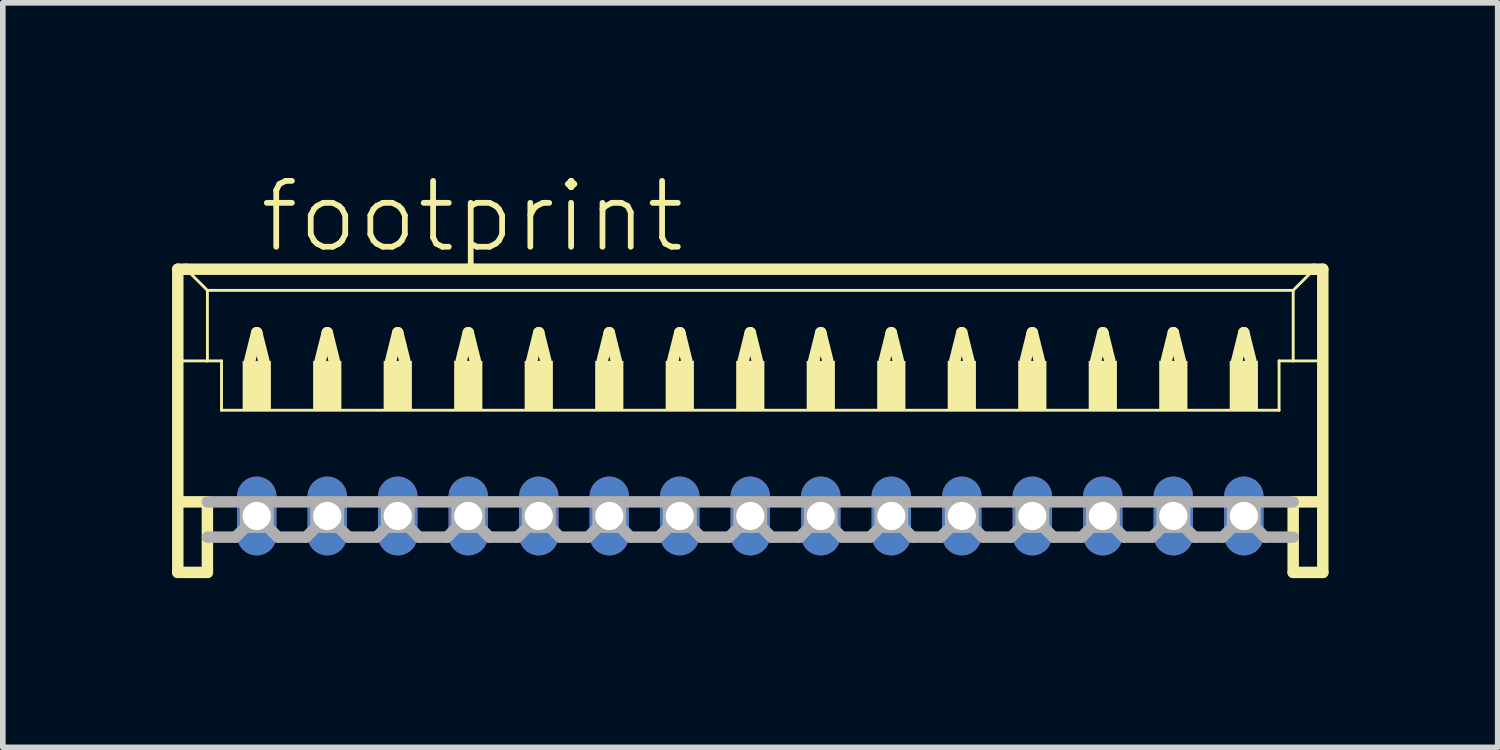
<source format=kicad_pcb>
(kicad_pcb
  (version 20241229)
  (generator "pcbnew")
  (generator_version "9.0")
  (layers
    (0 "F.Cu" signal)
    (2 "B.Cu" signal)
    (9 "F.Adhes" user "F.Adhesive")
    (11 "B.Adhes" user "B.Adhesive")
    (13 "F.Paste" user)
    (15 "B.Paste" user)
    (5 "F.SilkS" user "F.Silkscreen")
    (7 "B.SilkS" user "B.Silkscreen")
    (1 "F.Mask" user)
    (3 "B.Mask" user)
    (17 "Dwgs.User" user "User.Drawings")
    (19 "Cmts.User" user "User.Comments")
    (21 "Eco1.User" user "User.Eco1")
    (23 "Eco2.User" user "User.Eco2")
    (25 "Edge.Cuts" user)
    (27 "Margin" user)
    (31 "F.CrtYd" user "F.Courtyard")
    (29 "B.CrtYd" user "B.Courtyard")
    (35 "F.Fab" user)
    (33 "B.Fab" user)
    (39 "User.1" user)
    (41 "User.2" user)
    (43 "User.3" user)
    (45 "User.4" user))
  (footprint "footprint"
    (layer "F.Cu")
    (at 10.252 4.848)
    (property "Reference" "footprint" (at -8.75 -3.375 0) (layer "F.SilkS") (effects (font (size 1.168 1.168) (thickness 0.102)) (justify left bottom)))
    (fp_line (start -10.15 -3.125) (end -10.15 2.25) (stroke (width 0.203) (type solid)) (layer "F.SilkS"))
    (fp_line (start -10.15 2.25) (end -9.625 2.25) (stroke (width 0.203) (type solid)) (layer "F.SilkS"))
    (fp_line (start -10.125 -1.5) (end -9.625 -1.5) (stroke (width 0.051) (type solid)) (layer "F.SilkS"))
    (fp_line (start -10.125 1) (end -9.625 1) (stroke (width 0.203) (type solid)) (layer "F.SilkS"))
    (fp_line (start -10 -3.125) (end -10.15 -3.125) (stroke (width 0.203) (type solid)) (layer "F.SilkS"))
    (fp_line (start -9.625 -2.75) (end -10 -3.125) (stroke (width 0.051) (type solid)) (layer "F.SilkS"))
    (fp_line (start -9.625 -2.75) (end 9.625 -2.75) (stroke (width 0.051) (type solid)) (layer "F.SilkS"))
    (fp_line (start -9.625 -1.5) (end -9.625 -2.75) (stroke (width 0.051) (type solid)) (layer "F.SilkS"))
    (fp_line (start -9.625 -1.5) (end -9.375 -1.5) (stroke (width 0.051) (type solid)) (layer "F.SilkS"))
    (fp_line (start -9.625 1) (end -9.625 2.25) (stroke (width 0.203) (type solid)) (layer "F.SilkS"))
    (fp_line (start -9.375 -1.5) (end -9.375 -0.625) (stroke (width 0.051) (type solid)) (layer "F.SilkS"))
    (fp_line (start -9.375 -0.625) (end 9.375 -0.625) (stroke (width 0.051) (type solid)) (layer "F.SilkS"))
    (fp_line (start -8.875 -1.5) (end -8.75 -2) (stroke (width 0.203) (type solid)) (layer "F.SilkS"))
    (fp_line (start -8.75 -2) (end -8.625 -1.5) (stroke (width 0.203) (type solid)) (layer "F.SilkS"))
    (fp_line (start -7.625 -1.5) (end -7.5 -2) (stroke (width 0.203) (type solid)) (layer "F.SilkS"))
    (fp_line (start -7.5 -2) (end -7.375 -1.5) (stroke (width 0.203) (type solid)) (layer "F.SilkS"))
    (fp_line (start -6.375 -1.5) (end -6.25 -2) (stroke (width 0.203) (type solid)) (layer "F.SilkS"))
    (fp_line (start -6.25 -2) (end -6.125 -1.5) (stroke (width 0.203) (type solid)) (layer "F.SilkS"))
    (fp_line (start -5.125 -1.5) (end -5 -2) (stroke (width 0.203) (type solid)) (layer "F.SilkS"))
    (fp_line (start -5 -2) (end -4.875 -1.5) (stroke (width 0.203) (type solid)) (layer "F.SilkS"))
    (fp_line (start -3.875 -1.5) (end -3.75 -2) (stroke (width 0.203) (type solid)) (layer "F.SilkS"))
    (fp_line (start -3.75 -2) (end -3.625 -1.5) (stroke (width 0.203) (type solid)) (layer "F.SilkS"))
    (fp_line (start -2.625 -1.5) (end -2.5 -2) (stroke (width 0.203) (type solid)) (layer "F.SilkS"))
    (fp_line (start -2.5 -2) (end -2.375 -1.5) (stroke (width 0.203) (type solid)) (layer "F.SilkS"))
    (fp_line (start -1.375 -1.5) (end -1.25 -2) (stroke (width 0.203) (type solid)) (layer "F.SilkS"))
    (fp_line (start -1.25 -2) (end -1.125 -1.5) (stroke (width 0.203) (type solid)) (layer "F.SilkS"))
    (fp_line (start -0.125 -1.5) (end 0 -2) (stroke (width 0.203) (type solid)) (layer "F.SilkS"))
    (fp_line (start 0 -2) (end 0.125 -1.5) (stroke (width 0.203) (type solid)) (layer "F.SilkS"))
    (fp_line (start 1.125 -1.5) (end 1.25 -2) (stroke (width 0.203) (type solid)) (layer "F.SilkS"))
    (fp_line (start 1.25 -2) (end 1.375 -1.5) (stroke (width 0.203) (type solid)) (layer "F.SilkS"))
    (fp_line (start 2.375 -1.5) (end 2.5 -2) (stroke (width 0.203) (type solid)) (layer "F.SilkS"))
    (fp_line (start 2.5 -2) (end 2.625 -1.5) (stroke (width 0.203) (type solid)) (layer "F.SilkS"))
    (fp_line (start 3.625 -1.5) (end 3.75 -2) (stroke (width 0.203) (type solid)) (layer "F.SilkS"))
    (fp_line (start 3.75 -2) (end 3.875 -1.5) (stroke (width 0.203) (type solid)) (layer "F.SilkS"))
    (fp_line (start 4.875 -1.5) (end 5 -2) (stroke (width 0.203) (type solid)) (layer "F.SilkS"))
    (fp_line (start 5 -2) (end 5.125 -1.5) (stroke (width 0.203) (type solid)) (layer "F.SilkS"))
    (fp_line (start 6.125 -1.5) (end 6.25 -2) (stroke (width 0.203) (type solid)) (layer "F.SilkS"))
    (fp_line (start 6.25 -2) (end 6.375 -1.5) (stroke (width 0.203) (type solid)) (layer "F.SilkS"))
    (fp_line (start 7.375 -1.5) (end 7.5 -2) (stroke (width 0.203) (type solid)) (layer "F.SilkS"))
    (fp_line (start 7.5 -2) (end 7.625 -1.5) (stroke (width 0.203) (type solid)) (layer "F.SilkS"))
    (fp_line (start 8.625 -1.5) (end 8.75 -2) (stroke (width 0.203) (type solid)) (layer "F.SilkS"))
    (fp_line (start 8.75 -2) (end 8.875 -1.5) (stroke (width 0.203) (type solid)) (layer "F.SilkS"))
    (fp_line (start 9.375 -1.5) (end 9.375 -0.625) (stroke (width 0.051) (type solid)) (layer "F.SilkS"))
    (fp_line (start 9.375 -1.5) (end 9.625 -1.5) (stroke (width 0.051) (type solid)) (layer "F.SilkS"))
    (fp_line (start 9.625 -2.75) (end 9.625 -1.5) (stroke (width 0.051) (type solid)) (layer "F.SilkS"))
    (fp_line (start 9.625 -2.75) (end 10 -3.125) (stroke (width 0.051) (type solid)) (layer "F.SilkS"))
    (fp_line (start 9.625 -1.5) (end 10.125 -1.5) (stroke (width 0.051) (type solid)) (layer "F.SilkS"))
    (fp_line (start 9.625 1) (end 9.625 2.25) (stroke (width 0.203) (type solid)) (layer "F.SilkS"))
    (fp_line (start 9.625 1) (end 10.125 1) (stroke (width 0.203) (type solid)) (layer "F.SilkS"))
    (fp_line (start 9.625 2.25) (end 10.15 2.25) (stroke (width 0.203) (type solid)) (layer "F.SilkS"))
    (fp_line (start 10 -3.125) (end -10 -3.125) (stroke (width 0.203) (type solid)) (layer "F.SilkS"))
    (fp_line (start 10.15 -3.125) (end 10 -3.125) (stroke (width 0.203) (type solid)) (layer "F.SilkS"))
    (fp_line (start 10.15 2.25) (end 10.15 -3.125) (stroke (width 0.203) (type solid)) (layer "F.SilkS"))
    (fp_poly (pts (xy -9 -0.625) (xy -8.5 -0.625) (xy -8.5 -1.5) (xy -9 -1.5)) (stroke (width 0) (type solid)) (fill yes) (layer "F.SilkS"))
    (fp_poly (pts (xy -7.75 -0.625) (xy -7.25 -0.625) (xy -7.25 -1.5) (xy -7.75 -1.5)) (stroke (width 0) (type solid)) (fill yes) (layer "F.SilkS"))
    (fp_poly (pts (xy -6.5 -0.625) (xy -6 -0.625) (xy -6 -1.5) (xy -6.5 -1.5)) (stroke (width 0) (type solid)) (fill yes) (layer "F.SilkS"))
    (fp_poly (pts (xy -5.25 -0.625) (xy -4.75 -0.625) (xy -4.75 -1.5) (xy -5.25 -1.5)) (stroke (width 0) (type solid)) (fill yes) (layer "F.SilkS"))
    (fp_poly (pts (xy -4 -0.625) (xy -3.5 -0.625) (xy -3.5 -1.5) (xy -4 -1.5)) (stroke (width 0) (type solid)) (fill yes) (layer "F.SilkS"))
    (fp_poly (pts (xy -2.75 -0.625) (xy -2.25 -0.625) (xy -2.25 -1.5) (xy -2.75 -1.5)) (stroke (width 0) (type solid)) (fill yes) (layer "F.SilkS"))
    (fp_poly (pts (xy -1.5 -0.625) (xy -1 -0.625) (xy -1 -1.5) (xy -1.5 -1.5)) (stroke (width 0) (type solid)) (fill yes) (layer "F.SilkS"))
    (fp_poly (pts (xy -0.25 -0.625) (xy 0.25 -0.625) (xy 0.25 -1.5) (xy -0.25 -1.5)) (stroke (width 0) (type solid)) (fill yes) (layer "F.SilkS"))
    (fp_poly (pts (xy 1 -0.625) (xy 1.5 -0.625) (xy 1.5 -1.5) (xy 1 -1.5)) (stroke (width 0) (type solid)) (fill yes) (layer "F.SilkS"))
    (fp_poly (pts (xy 2.25 -0.625) (xy 2.75 -0.625) (xy 2.75 -1.5) (xy 2.25 -1.5)) (stroke (width 0) (type solid)) (fill yes) (layer "F.SilkS"))
    (fp_poly (pts (xy 3.5 -0.625) (xy 4 -0.625) (xy 4 -1.5) (xy 3.5 -1.5)) (stroke (width 0) (type solid)) (fill yes) (layer "F.SilkS"))
    (fp_poly (pts (xy 4.75 -0.625) (xy 5.25 -0.625) (xy 5.25 -1.5) (xy 4.75 -1.5)) (stroke (width 0) (type solid)) (fill yes) (layer "F.SilkS"))
    (fp_poly (pts (xy 6 -0.625) (xy 6.5 -0.625) (xy 6.5 -1.5) (xy 6 -1.5)) (stroke (width 0) (type solid)) (fill yes) (layer "F.SilkS"))
    (fp_poly (pts (xy 7.25 -0.625) (xy 7.75 -0.625) (xy 7.75 -1.5) (xy 7.25 -1.5)) (stroke (width 0) (type solid)) (fill yes) (layer "F.SilkS"))
    (fp_poly (pts (xy 8.5 -0.625) (xy 9 -0.625) (xy 9 -1.5) (xy 8.5 -1.5)) (stroke (width 0) (type solid)) (fill yes) (layer "F.SilkS"))
    (fp_line (start -9.625 1) (end 9.625 1) (stroke (width 0.203) (type solid)) (layer "F.Fab"))
    (fp_line (start -9.125 1.625) (end -9.625 1.625) (stroke (width 0.203) (type solid)) (layer "F.Fab"))
    (fp_line (start -9 1.5) (end -9.125 1.625) (stroke (width 0.203) (type solid)) (layer "F.Fab"))
    (fp_line (start -8.5 1.5) (end -8.375 1.625) (stroke (width 0.203) (type solid)) (layer "F.Fab"))
    (fp_line (start -7.875 1.625) (end -8.375 1.625) (stroke (width 0.203) (type solid)) (layer "F.Fab"))
    (fp_line (start -7.75 1.5) (end -7.875 1.625) (stroke (width 0.203) (type solid)) (layer "F.Fab"))
    (fp_line (start -7.25 1.5) (end -7.125 1.625) (stroke (width 0.203) (type solid)) (layer "F.Fab"))
    (fp_line (start -6.625 1.625) (end -7.125 1.625) (stroke (width 0.203) (type solid)) (layer "F.Fab"))
    (fp_line (start -6.5 1.5) (end -6.625 1.625) (stroke (width 0.203) (type solid)) (layer "F.Fab"))
    (fp_line (start -6 1.5) (end -5.875 1.625) (stroke (width 0.203) (type solid)) (layer "F.Fab"))
    (fp_line (start -5.375 1.625) (end -5.875 1.625) (stroke (width 0.203) (type solid)) (layer "F.Fab"))
    (fp_line (start -5.25 1.5) (end -5.375 1.625) (stroke (width 0.203) (type solid)) (layer "F.Fab"))
    (fp_line (start -4.75 1.5) (end -4.625 1.625) (stroke (width 0.203) (type solid)) (layer "F.Fab"))
    (fp_line (start -4.125 1.625) (end -4.625 1.625) (stroke (width 0.203) (type solid)) (layer "F.Fab"))
    (fp_line (start -4 1.5) (end -4.125 1.625) (stroke (width 0.203) (type solid)) (layer "F.Fab"))
    (fp_line (start -3.5 1.5) (end -3.375 1.625) (stroke (width 0.203) (type solid)) (layer "F.Fab"))
    (fp_line (start -2.875 1.625) (end -3.375 1.625) (stroke (width 0.203) (type solid)) (layer "F.Fab"))
    (fp_line (start -2.75 1.5) (end -2.875 1.625) (stroke (width 0.203) (type solid)) (layer "F.Fab"))
    (fp_line (start -2.25 1.5) (end -2.125 1.625) (stroke (width 0.203) (type solid)) (layer "F.Fab"))
    (fp_line (start -1.625 1.625) (end -2.125 1.625) (stroke (width 0.203) (type solid)) (layer "F.Fab"))
    (fp_line (start -1.5 1.5) (end -1.625 1.625) (stroke (width 0.203) (type solid)) (layer "F.Fab"))
    (fp_line (start -1 1.5) (end -0.875 1.625) (stroke (width 0.203) (type solid)) (layer "F.Fab"))
    (fp_line (start -0.375 1.625) (end -0.875 1.625) (stroke (width 0.203) (type solid)) (layer "F.Fab"))
    (fp_line (start -0.25 1.5) (end -0.375 1.625) (stroke (width 0.203) (type solid)) (layer "F.Fab"))
    (fp_line (start 0.25 1.5) (end 0.375 1.625) (stroke (width 0.203) (type solid)) (layer "F.Fab"))
    (fp_line (start 0.875 1.625) (end 0.375 1.625) (stroke (width 0.203) (type solid)) (layer "F.Fab"))
    (fp_line (start 1 1.5) (end 0.875 1.625) (stroke (width 0.203) (type solid)) (layer "F.Fab"))
    (fp_line (start 1.5 1.5) (end 1.625 1.625) (stroke (width 0.203) (type solid)) (layer "F.Fab"))
    (fp_line (start 2.125 1.625) (end 1.625 1.625) (stroke (width 0.203) (type solid)) (layer "F.Fab"))
    (fp_line (start 2.25 1.5) (end 2.125 1.625) (stroke (width 0.203) (type solid)) (layer "F.Fab"))
    (fp_line (start 2.75 1.5) (end 2.875 1.625) (stroke (width 0.203) (type solid)) (layer "F.Fab"))
    (fp_line (start 3.375 1.625) (end 2.875 1.625) (stroke (width 0.203) (type solid)) (layer "F.Fab"))
    (fp_line (start 3.5 1.5) (end 3.375 1.625) (stroke (width 0.203) (type solid)) (layer "F.Fab"))
    (fp_line (start 4 1.5) (end 4.125 1.625) (stroke (width 0.203) (type solid)) (layer "F.Fab"))
    (fp_line (start 4.625 1.625) (end 4.125 1.625) (stroke (width 0.203) (type solid)) (layer "F.Fab"))
    (fp_line (start 4.75 1.5) (end 4.625 1.625) (stroke (width 0.203) (type solid)) (layer "F.Fab"))
    (fp_line (start 5.25 1.5) (end 5.375 1.625) (stroke (width 0.203) (type solid)) (layer "F.Fab"))
    (fp_line (start 5.875 1.625) (end 5.375 1.625) (stroke (width 0.203) (type solid)) (layer "F.Fab"))
    (fp_line (start 6 1.5) (end 5.875 1.625) (stroke (width 0.203) (type solid)) (layer "F.Fab"))
    (fp_line (start 6.5 1.5) (end 6.625 1.625) (stroke (width 0.203) (type solid)) (layer "F.Fab"))
    (fp_line (start 7.125 1.625) (end 6.625 1.625) (stroke (width 0.203) (type solid)) (layer "F.Fab"))
    (fp_line (start 7.25 1.5) (end 7.125 1.625) (stroke (width 0.203) (type solid)) (layer "F.Fab"))
    (fp_line (start 7.75 1.5) (end 7.875 1.625) (stroke (width 0.203) (type solid)) (layer "F.Fab"))
    (fp_line (start 8.375 1.625) (end 7.875 1.625) (stroke (width 0.203) (type solid)) (layer "F.Fab"))
    (fp_line (start 8.5 1.5) (end 8.375 1.625) (stroke (width 0.203) (type solid)) (layer "F.Fab"))
    (fp_line (start 9 1.5) (end 9.125 1.625) (stroke (width 0.203) (type solid)) (layer "F.Fab"))
    (fp_line (start 9.625 1.625) (end 9.125 1.625) (stroke (width 0.203) (type solid)) (layer "F.Fab"))
    (fp_poly (pts (xy -9 1.5) (xy -8.5 1.5) (xy -8.5 1) (xy -9 1)) (stroke (width 0.1) (type solid)) (fill no) (layer "F.Fab"))
    (fp_poly (pts (xy -7.75 1.5) (xy -7.25 1.5) (xy -7.25 1) (xy -7.75 1)) (stroke (width 0.1) (type solid)) (fill no) (layer "F.Fab"))
    (fp_poly (pts (xy -6.5 1.5) (xy -6 1.5) (xy -6 1) (xy -6.5 1)) (stroke (width 0.1) (type solid)) (fill no) (layer "F.Fab"))
    (fp_poly (pts (xy -5.25 1.5) (xy -4.75 1.5) (xy -4.75 1) (xy -5.25 1)) (stroke (width 0.1) (type solid)) (fill no) (layer "F.Fab"))
    (fp_poly (pts (xy -4 1.5) (xy -3.5 1.5) (xy -3.5 1) (xy -4 1)) (stroke (width 0.1) (type solid)) (fill no) (layer "F.Fab"))
    (fp_poly (pts (xy -2.75 1.5) (xy -2.25 1.5) (xy -2.25 1) (xy -2.75 1)) (stroke (width 0.1) (type solid)) (fill no) (layer "F.Fab"))
    (fp_poly (pts (xy -1.5 1.5) (xy -1 1.5) (xy -1 1) (xy -1.5 1)) (stroke (width 0.1) (type solid)) (fill no) (layer "F.Fab"))
    (fp_poly (pts (xy -0.25 1.5) (xy 0.25 1.5) (xy 0.25 1) (xy -0.25 1)) (stroke (width 0.1) (type solid)) (fill no) (layer "F.Fab"))
    (fp_poly (pts (xy 1 1.5) (xy 1.5 1.5) (xy 1.5 1) (xy 1 1)) (stroke (width 0.1) (type solid)) (fill no) (layer "F.Fab"))
    (fp_poly (pts (xy 2.25 1.5) (xy 2.75 1.5) (xy 2.75 1) (xy 2.25 1)) (stroke (width 0.1) (type solid)) (fill no) (layer "F.Fab"))
    (fp_poly (pts (xy 3.5 1.5) (xy 4 1.5) (xy 4 1) (xy 3.5 1)) (stroke (width 0.1) (type solid)) (fill no) (layer "F.Fab"))
    (fp_poly (pts (xy 4.75 1.5) (xy 5.25 1.5) (xy 5.25 1) (xy 4.75 1)) (stroke (width 0.1) (type solid)) (fill no) (layer "F.Fab"))
    (fp_poly (pts (xy 6 1.5) (xy 6.5 1.5) (xy 6.5 1) (xy 6 1)) (stroke (width 0.1) (type solid)) (fill no) (layer "F.Fab"))
    (fp_poly (pts (xy 7.25 1.5) (xy 7.75 1.5) (xy 7.75 1) (xy 7.25 1)) (stroke (width 0.1) (type solid)) (fill no) (layer "F.Fab"))
    (fp_poly (pts (xy 8.5 1.5) (xy 9 1.5) (xy 9 1) (xy 8.5 1)) (stroke (width 0.1) (type solid)) (fill no) (layer "F.Fab"))
    (pad "1" thru_hole oval (at 8.75 1.25 90) (size 1.397 0.698) (drill 0.5) (layers "*.Cu" "*.Mask"))
    (pad "2" thru_hole oval (at 7.5 1.25 90) (size 1.397 0.698) (drill 0.5) (layers "*.Cu" "*.Mask"))
    (pad "3" thru_hole oval (at 6.25 1.25 90) (size 1.397 0.698) (drill 0.5) (layers "*.Cu" "*.Mask"))
    (pad "4" thru_hole oval (at 5 1.25 90) (size 1.397 0.698) (drill 0.5) (layers "*.Cu" "*.Mask"))
    (pad "5" thru_hole oval (at 3.75 1.25 90) (size 1.397 0.698) (drill 0.5) (layers "*.Cu" "*.Mask"))
    (pad "6" thru_hole oval (at 2.5 1.25 90) (size 1.397 0.698) (drill 0.5) (layers "*.Cu" "*.Mask"))
    (pad "7" thru_hole oval (at 1.25 1.25 90) (size 1.397 0.698) (drill 0.5) (layers "*.Cu" "*.Mask"))
    (pad "8" thru_hole oval (at 0 1.25 90) (size 1.397 0.698) (drill 0.5) (layers "*.Cu" "*.Mask"))
    (pad "9" thru_hole oval (at -1.25 1.25 90) (size 1.397 0.698) (drill 0.5) (layers "*.Cu" "*.Mask"))
    (pad "10" thru_hole oval (at -2.5 1.25 90) (size 1.397 0.698) (drill 0.5) (layers "*.Cu" "*.Mask"))
    (pad "11" thru_hole oval (at -3.75 1.25 90) (size 1.397 0.698) (drill 0.5) (layers "*.Cu" "*.Mask"))
    (pad "12" thru_hole oval (at -5 1.25 90) (size 1.397 0.698) (drill 0.5) (layers "*.Cu" "*.Mask"))
    (pad "13" thru_hole oval (at -6.25 1.25 90) (size 1.397 0.698) (drill 0.5) (layers "*.Cu" "*.Mask"))
    (pad "14" thru_hole oval (at -7.5 1.25 90) (size 1.397 0.698) (drill 0.5) (layers "*.Cu" "*.Mask"))
    (pad "15" thru_hole oval (at -8.75 1.25 90) (size 1.397 0.698) (drill 0.5) (layers "*.Cu" "*.Mask")))
  (gr_rect
    (start -3 -3)
    (end 23.503 10.2)
    (stroke (width 0.1) (type default))
    (fill no)
    (layer "Edge.Cuts")))
</source>
